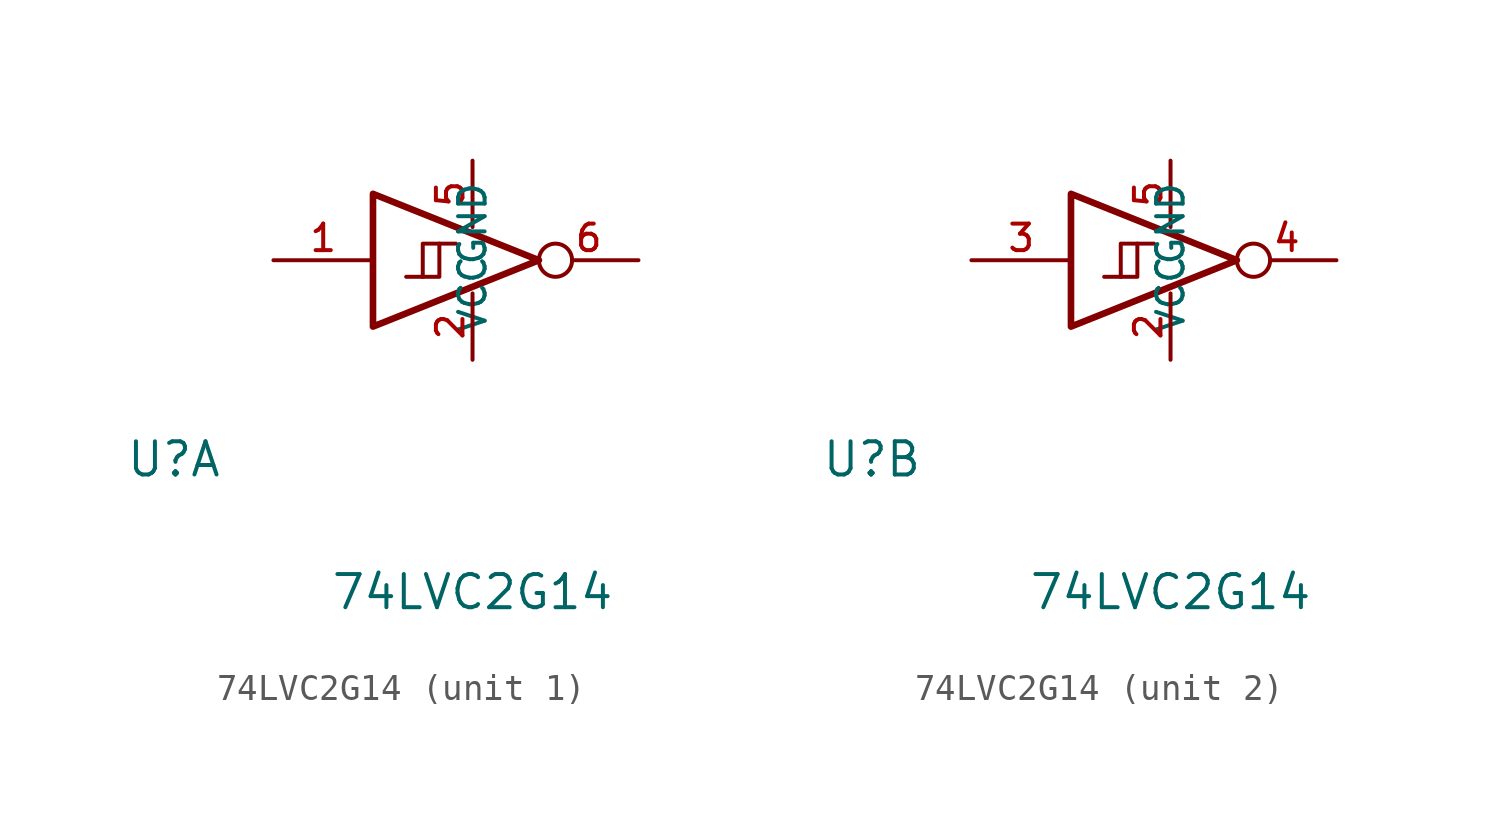
<source format=kicad_sym>
(kicad_symbol_lib
  (version 20201005)
  (generator kicad_symbol_editor)
  (symbol "74xGxx:74LVC2G14"
    (pin_names
      (offset 1.016))
    (property "Reference" "U"
      (at -11.43 -7.62 0)
      (effects (font (size 1.27 1.27))))
    (property "Value" "74LVC2G14"
      (at 0 -12.7 0)
      (effects (font (size 1.27 1.27))))
    (symbol "74LVC2G14_0_1"
      (polyline (pts (xy -1.905 -0.635) (xy -1.27 -0.635) (xy -1.27 0.635)) (stroke (width 0)) (fill (type none)))
      (polyline (pts (xy -3.81 2.54) (xy -3.81 -2.54) (xy 2.54 0) (xy -3.81 2.54)) (stroke (width 0.254)) (fill (type none)))
      (polyline (pts (xy -2.54 -0.635) (xy -1.905 -0.635) (xy -1.905 0.635) (xy -0.635 0.635)) (stroke (width 0)) (fill (type none)))
      (pin power_in line (at 0 -3.81 90) (length 2.54) (name "GND" (effects (font (size 1.016 1.016)))) (number "2" (effects (font (size 1.016 1.016)))))
      (pin power_in line (at 0 3.81 270) (length 2.54) (name "VCC" (effects (font (size 1.016 1.016)))) (number "5" (effects (font (size 1.016 1.016))))))
    (symbol "74LVC2G14_1_1"
      (pin input line (at -7.62 0 0) (length 3.81) (name "~" (effects (font (size 1.016 1.016)))) (number "1" (effects (font (size 1.016 1.016)))))
      (pin output inverted (at 6.35 0 180) (length 3.81) (name "~" (effects (font (size 1.016 1.016)))) (number "6" (effects (font (size 1.016 1.016))))))
    (symbol "74LVC2G14_2_1"
      (pin input line (at -7.62 0 0) (length 3.81) (name "~" (effects (font (size 1.016 1.016)))) (number "3" (effects (font (size 1.016 1.016)))))
      (pin output inverted (at 6.35 0 180) (length 3.81) (name "~" (effects (font (size 1.016 1.016)))) (number "4" (effects (font (size 1.016 1.016))))))))
</source>
